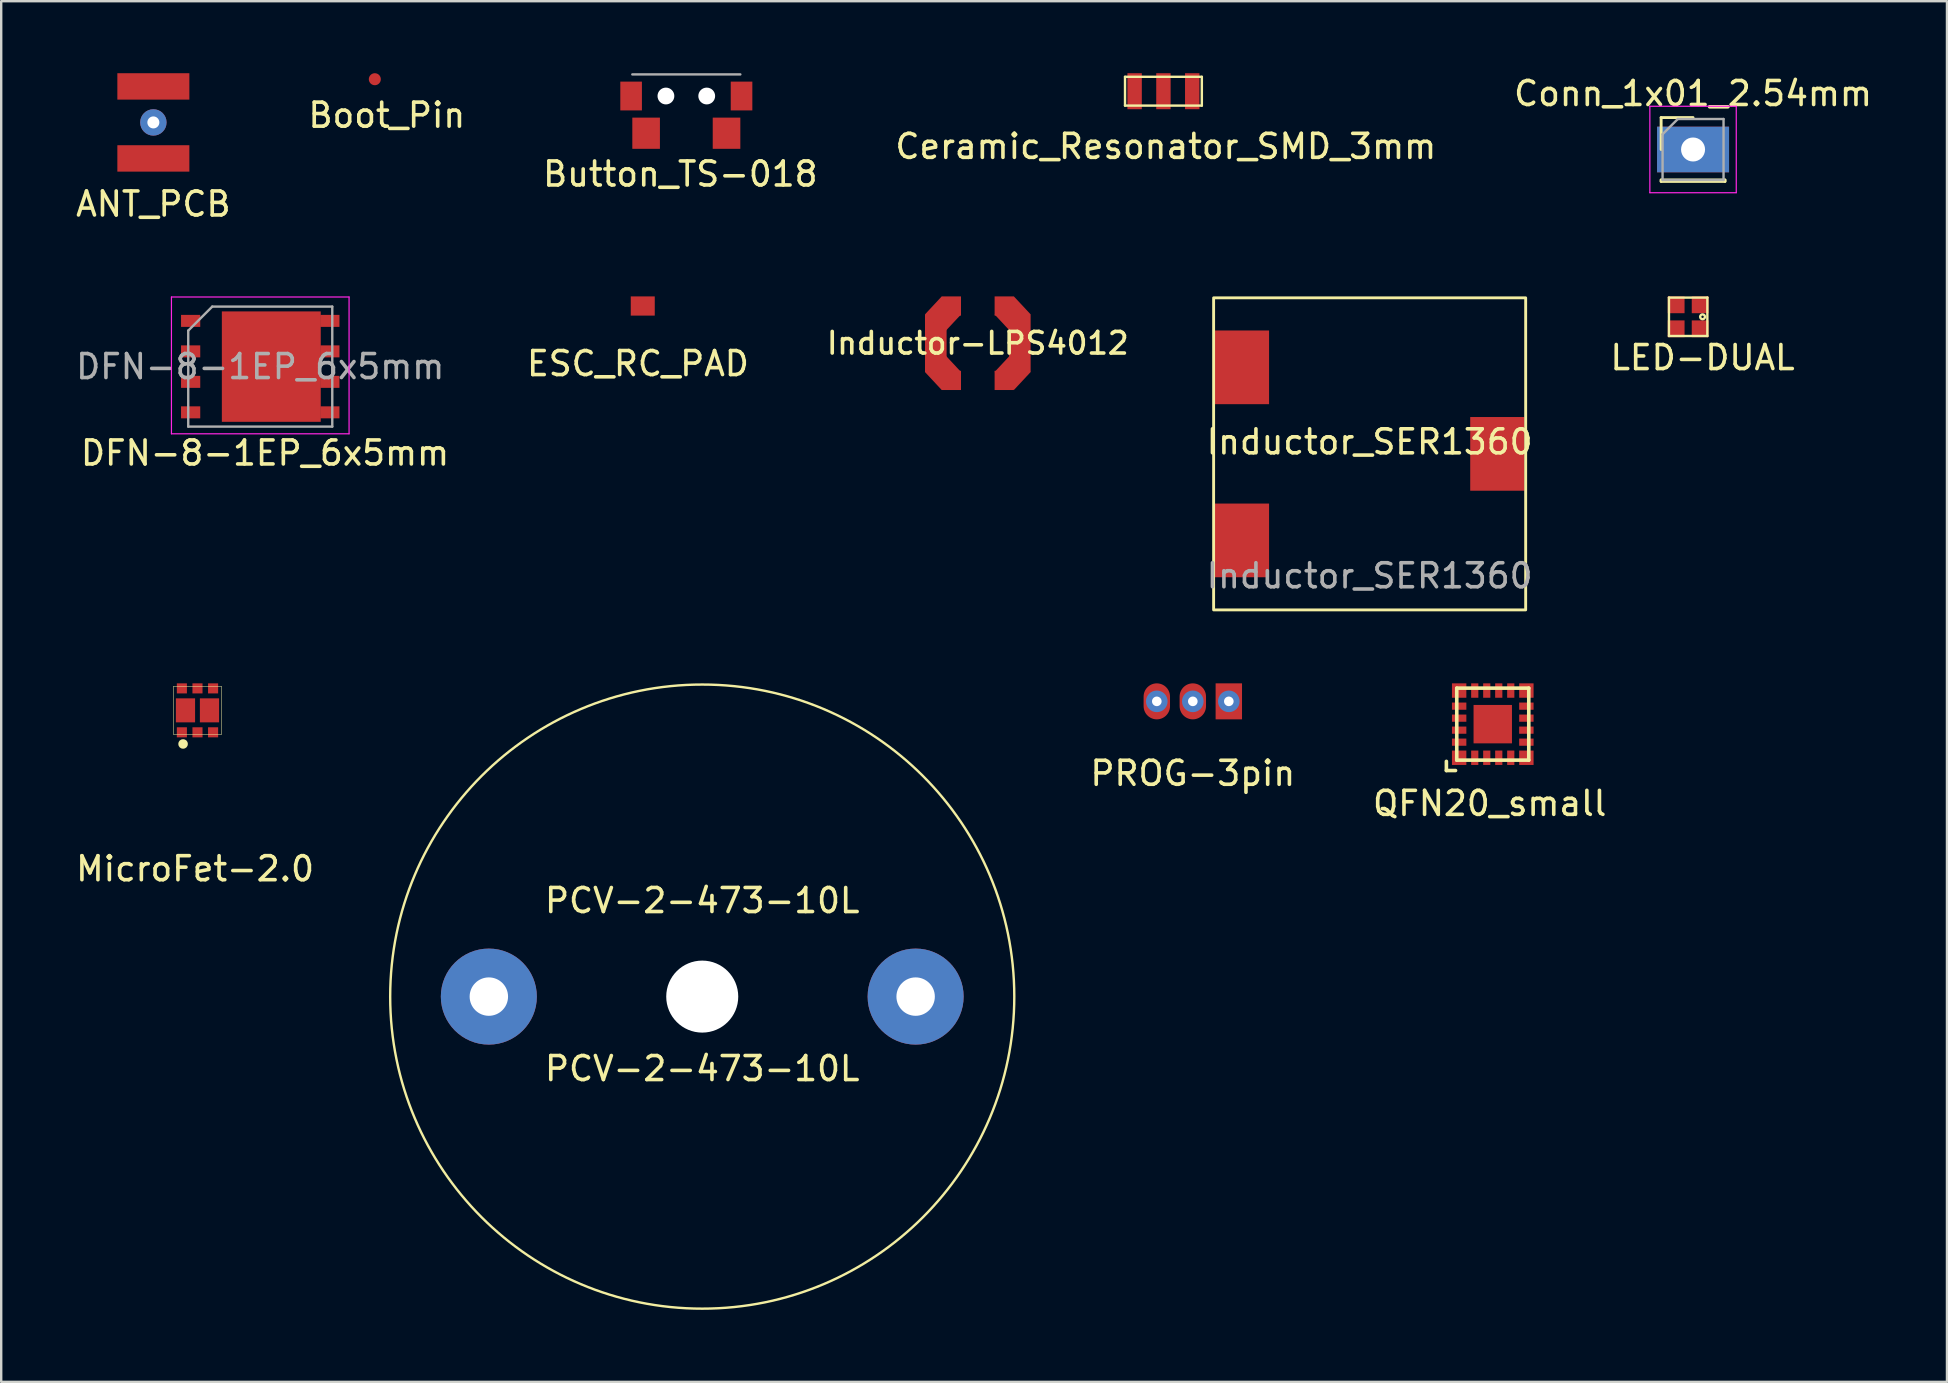
<source format=kicad_pcb>
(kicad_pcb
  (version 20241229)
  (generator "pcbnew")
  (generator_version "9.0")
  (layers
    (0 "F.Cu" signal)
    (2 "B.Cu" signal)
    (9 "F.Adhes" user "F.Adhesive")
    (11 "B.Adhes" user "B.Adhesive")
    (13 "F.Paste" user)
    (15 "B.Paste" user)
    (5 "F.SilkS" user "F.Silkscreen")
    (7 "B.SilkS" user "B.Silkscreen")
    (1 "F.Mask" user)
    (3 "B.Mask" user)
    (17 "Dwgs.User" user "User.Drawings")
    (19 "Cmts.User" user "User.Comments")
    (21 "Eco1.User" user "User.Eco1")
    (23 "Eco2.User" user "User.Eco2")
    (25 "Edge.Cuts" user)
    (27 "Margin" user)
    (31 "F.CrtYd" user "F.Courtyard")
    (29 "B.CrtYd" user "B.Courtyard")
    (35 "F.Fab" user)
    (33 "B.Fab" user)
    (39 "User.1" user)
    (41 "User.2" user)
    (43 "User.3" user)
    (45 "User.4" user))
  (footprint "Conn_1x01_2.54mm"
    (layer "F.Cu")
    (at 67.482 3.178)
    (property "Reference" "Conn_1x01_2.54mm" (at 0 -2.33 0) (layer "F.SilkS") (effects (font (size 1 1) (thickness 0.15))))
    (attr through_hole)
    (fp_line (start -1.33 -1.33) (end 0 -1.33) (stroke (width 0.12) (type solid)) (layer "F.SilkS"))
    (fp_line (start -1.33 0) (end -1.33 -1.33) (stroke (width 0.12) (type solid)) (layer "F.SilkS"))
    (fp_line (start -1.33 1.27) (end -1.33 1.33) (stroke (width 0.12) (type solid)) (layer "F.SilkS"))
    (fp_line (start -1.33 1.27) (end 1.33 1.27) (stroke (width 0.12) (type solid)) (layer "F.SilkS"))
    (fp_line (start -1.33 1.33) (end 1.33 1.33) (stroke (width 0.12) (type solid)) (layer "F.SilkS"))
    (fp_line (start 1.33 1.27) (end 1.33 1.33) (stroke (width 0.12) (type solid)) (layer "F.SilkS"))
    (fp_line (start -1.8 -1.8) (end -1.8 1.8) (stroke (width 0.05) (type solid)) (layer "F.CrtYd"))
    (fp_line (start -1.8 1.8) (end 1.8 1.8) (stroke (width 0.05) (type solid)) (layer "F.CrtYd"))
    (fp_line (start 1.8 -1.8) (end -1.8 -1.8) (stroke (width 0.05) (type solid)) (layer "F.CrtYd"))
    (fp_line (start 1.8 1.8) (end 1.8 -1.8) (stroke (width 0.05) (type solid)) (layer "F.CrtYd"))
    (fp_line (start -1.27 -0.635) (end -0.635 -1.27) (stroke (width 0.1) (type solid)) (layer "F.Fab"))
    (fp_line (start -1.27 1.27) (end -1.27 -0.635) (stroke (width 0.1) (type solid)) (layer "F.Fab"))
    (fp_line (start -0.635 -1.27) (end 1.27 -1.27) (stroke (width 0.1) (type solid)) (layer "F.Fab"))
    (fp_line (start 1.27 -1.27) (end 1.27 1.27) (stroke (width 0.1) (type solid)) (layer "F.Fab"))
    (fp_line (start 1.27 1.27) (end -1.27 1.27) (stroke (width 0.1) (type solid)) (layer "F.Fab"))
    (pad "1" thru_hole rect (at 0 0) (size 3 1.9) (drill 1) (layers "*.Cu" "*.Mask")))
  (footprint "LED-DUAL"
    (layer "F.Cu")
    (at 67.278 10.148)
    (property "Reference" "LED-DUAL" (at 0.6 1.7 0) (layer "F.SilkS") (effects (font (size 1 1) (thickness 0.15))))
    (attr through_hole)
    (fp_line (start -0.8 -0.8) (end 0.8 -0.8) (stroke (width 0.1) (type solid)) (layer "F.SilkS"))
    (fp_line (start -0.8 0.8) (end -0.8 -0.8) (stroke (width 0.1) (type solid)) (layer "F.SilkS"))
    (fp_line (start 0.8 -0.8) (end 0.8 0.8) (stroke (width 0.1) (type solid)) (layer "F.SilkS"))
    (fp_line (start 0.8 0.8) (end -0.8 0.8) (stroke (width 0.1) (type solid)) (layer "F.SilkS"))
    (fp_circle (center 0.6 0) (end 0.7 0) (stroke (width 0.1) (type solid)) (fill no) (layer "F.SilkS"))
    (pad "1" smd rect (at -0.5 -0.5) (size 0.7 0.7) (layers "F.Cu" "F.Mask" "F.Paste"))
    (pad "2" smd rect (at 0.5 -0.5) (size 0.7 0.7) (layers "F.Cu" "F.Mask" "F.Paste"))
    (pad "3" smd rect (at -0.5 0.5) (size 0.7 0.7) (layers "F.Cu" "F.Mask" "F.Paste"))
    (pad "4" smd rect (at 0.5 0.5) (size 0.7 0.7) (layers "F.Cu" "F.Mask" "F.Paste")))
  (footprint "Button_TS-018"
    (layer "F.Cu")
    (at 25.542 0.95)
    (property "Reference" "Button_TS-018" (at -0.25 3.25 0) (layer "F.SilkS") (effects (font (size 1 1) (thickness 0.15))))
    (attr through_hole)
    (fp_line (start -2.25 -0.9) (end 2.25 -0.9) (stroke (width 0.1) (type solid)) (layer "F.Fab"))
    (pad "" smd rect (at -2.3 0) (size 0.9 1.2) (layers "F.Cu" "F.Mask" "F.Paste"))
    (pad "" np_thru_hole circle (at -0.85 0) (size 0.7 0.7) (drill 0.7) (layers "*.Cu" "*.Mask"))
    (pad "" np_thru_hole circle (at 0.85 0) (size 0.7 0.7) (drill 0.7) (layers "*.Cu" "*.Mask"))
    (pad "" smd rect (at 2.3 0) (size 0.9 1.2) (layers "F.Cu" "F.Mask" "F.Paste"))
    (pad "1" smd rect (at -1.675 1.55) (size 1.15 1.3) (layers "F.Cu" "F.Mask" "F.Paste"))
    (pad "2" smd rect (at 1.675 1.55) (size 1.15 1.3) (layers "F.Cu" "F.Mask" "F.Paste")))
  (footprint "Inductor-LPS4012"
    (layer "F.Cu")
    (at 37.685 11.248)
    (property "Reference" "Inductor-LPS4012" (at 0 0 0) (layer "F.SilkS") (effects (font (size 0.9 0.9) (thickness 0.15))))
    (attr through_hole)
    (pad "1" smd rect (at -1.75 0) (size 0.9 2.4) (layers "F.Cu" "F.Mask" "F.Paste"))
    (pad "1" smd rect (at -1.45 -1.2 47) (size 1.02 1.1) (layers "F.Cu" "F.Mask" "F.Paste"))
    (pad "1" smd rect (at -1.45 1.2 313) (size 1.02 1.1) (layers "F.Cu" "F.Mask" "F.Paste"))
    (pad "1" smd rect (at -1.1 -1.55) (size 0.8 0.8) (layers "F.Cu" "F.Mask" "F.Paste"))
    (pad "1" smd rect (at -1.1 1.55) (size 0.8 0.8) (layers "F.Cu" "F.Mask" "F.Paste"))
    (pad "2" smd rect (at 1.1 -1.55) (size 0.8 0.8) (layers "F.Cu" "F.Mask" "F.Paste"))
    (pad "2" smd rect (at 1.1 1.55) (size 0.8 0.8) (layers "F.Cu" "F.Mask" "F.Paste"))
    (pad "2" smd rect (at 1.45 -1.2 313) (size 1.02 1.1) (layers "F.Cu" "F.Mask" "F.Paste"))
    (pad "2" smd rect (at 1.45 1.2 47) (size 1.02 1.1) (layers "F.Cu" "F.Mask" "F.Paste"))
    (pad "2" smd rect (at 1.75 0) (size 0.9 2.4) (layers "F.Cu" "F.Mask" "F.Paste")))
  (footprint "Boot_Pin"
    (layer "F.Cu")
    (at 12.565 0.25)
    (property "Reference" "Boot_Pin" (at 0.5 1.5 0) (layer "F.SilkS") (effects (font (size 1 1) (thickness 0.15))))
    (attr through_hole)
    (pad "1" smd circle (at 0 0) (size 0.5 0.5) (layers "F.Cu" "F.Mask" "F.Paste")))
  (footprint "Ceramic_Resonator_SMD_3mm"
    (layer "F.Cu")
    (at 45.418 0.75)
    (property "Reference" "Ceramic_Resonator_SMD_3mm" (at 0.1 2.3 0) (layer "F.SilkS") (effects (font (size 1 1) (thickness 0.15))))
    (attr through_hole)
    (fp_line (start -1.6 -0.6) (end 1.6 -0.6) (stroke (width 0.1) (type solid)) (layer "F.SilkS"))
    (fp_line (start -1.6 0.6) (end -1.6 -0.6) (stroke (width 0.1) (type solid)) (layer "F.SilkS"))
    (fp_line (start 1.6 -0.6) (end 1.6 0.6) (stroke (width 0.1) (type solid)) (layer "F.SilkS"))
    (fp_line (start 1.6 0.6) (end -1.6 0.6) (stroke (width 0.1) (type solid)) (layer "F.SilkS"))
    (pad "1" smd rect (at -1.2 0) (size 0.6 1.5) (layers "F.Cu" "F.Mask" "F.Paste"))
    (pad "2" smd rect (at 0 0) (size 0.6 1.5) (layers "F.Cu" "F.Mask" "F.Paste"))
    (pad "3" smd rect (at 1.2 0) (size 0.6 1.5) (layers "F.Cu" "F.Mask" "F.Paste")))
  (footprint "Inductor_SER1360"
    (layer "F.Cu")
    (at 54.009 15.858)
    (property "Reference" "Inductor_SER1360" (at 0 -0.5 0) (unlocked yes) (layer "F.SilkS") (effects (font (size 1 1) (thickness 0.15))))
    (attr smd)
    (fp_rect (start -6.5 -6.5) (end 6.5 6.5) (stroke (width 0.12) (type solid)) (fill no) (layer "F.SilkS"))
    (fp_text user "${REFERENCE}" (at 0 5.08 0) (unlocked yes) (layer "F.Fab") (effects (font (size 1 1) (thickness 0.15))))
    (pad "1" smd rect (at -5.32 -3.605) (size 2.26 3.07) (layers "F.Cu" "F.Mask" "F.Paste"))
    (pad "2" smd rect (at -5.32 3.605 180) (size 2.26 3.07) (layers "F.Cu" "F.Mask" "F.Paste"))
    (pad "3" smd rect (at 5.32 0 180) (size 2.26 3.07) (layers "F.Cu" "F.Mask" "F.Paste")))
  (footprint "MicroFet-2.0"
    (layer "F.Cu")
    (at 5.177 26.543)
    (property "Reference" "MicroFet-2.0" (at -0.1 6.6 0) (layer "F.SilkS") (effects (font (size 1 1) (thickness 0.15))))
    (attr through_hole)
    (fp_line (start -1 -1) (end 1 -1) (stroke (width 0.02) (type solid)) (layer "F.SilkS"))
    (fp_line (start -1 1) (end -1 -1) (stroke (width 0.02) (type solid)) (layer "F.SilkS"))
    (fp_line (start 1 -1) (end 1 1) (stroke (width 0.02) (type solid)) (layer "F.SilkS"))
    (fp_line (start 1 1) (end -1 1) (stroke (width 0.02) (type solid)) (layer "F.SilkS"))
    (fp_circle (center -0.6 1.4) (end -0.5 1.4) (stroke (width 0.2) (type solid)) (fill no) (layer "F.SilkS"))
    (pad "1" smd rect (at -0.65 0.915) (size 0.42 0.42) (layers "F.Cu" "F.Mask" "F.Paste"))
    (pad "2" smd rect (at 0 0.915) (size 0.42 0.42) (layers "F.Cu" "F.Mask" "F.Paste"))
    (pad "3" smd rect (at 0.5 0) (size 0.8 1) (layers "F.Cu" "F.Mask" "F.Paste"))
    (pad "3" smd rect (at 0.65 0.915) (size 0.42 0.42) (layers "F.Cu" "F.Mask" "F.Paste"))
    (pad "4" smd rect (at 0.65 -0.915) (size 0.42 0.42) (layers "F.Cu" "F.Mask" "F.Paste"))
    (pad "5" smd rect (at 0 -0.915) (size 0.42 0.42) (layers "F.Cu" "F.Mask" "F.Paste"))
    (pad "6" smd rect (at -0.65 -0.915) (size 0.42 0.42) (layers "F.Cu" "F.Mask" "F.Paste"))
    (pad "6" smd rect (at -0.5 0) (size 0.8 1) (layers "F.Cu" "F.Mask" "F.Paste")))
  (footprint "ESC_RC_PAD"
    (layer "F.Cu")
    (at 23.727 9.698)
    (property "Reference" "ESC_RC_PAD" (at -0.2 2.4 0) (layer "F.SilkS") (effects (font (size 1 1) (thickness 0.15))))
    (attr through_hole)
    (pad "1" smd rect (at 0 0) (size 1 0.8) (layers "F.Cu" "F.Mask" "F.Paste")))
  (footprint "ANT_PCB"
    (layer "F.Cu")
    (at 3.339 2.05)
    (property "Reference" "ANT_PCB" (at 0 3.4 0) (layer "F.SilkS") (effects (font (size 1 1) (thickness 0.15))))
    (attr through_hole)
    (pad "1" thru_hole circle (at 0 0) (size 1.1 1.1) (drill 0.5) (layers "*.Cu" "*.Mask"))
    (pad "2" smd rect (at 0 -1.5) (size 3 1.1) (layers "F.Cu" "F.Mask" "F.Paste"))
    (pad "2" smd rect (at 0 1.5) (size 3 1.1) (layers "F.Cu" "F.Mask" "F.Paste")))
  (footprint "DFN-8-1EP_6x5mm"
    (layer "F.Cu")
    (at 7.792 12.223)
    (property "Reference" "DFN-8-1EP_6x5mm" (at 0.2 3.6 0) (layer "F.SilkS") (effects (font (size 1 1) (thickness 0.15))))
    (attr smd)
    (fp_line (start -3.7 -2.9) (end 3.7 -2.9) (stroke (width 0.05) (type solid)) (layer "F.CrtYd"))
    (fp_line (start -3.7 2.8) (end -3.7 -2.9) (stroke (width 0.05) (type solid)) (layer "F.CrtYd"))
    (fp_line (start 3.7 -2.9) (end 3.7 2.8) (stroke (width 0.05) (type solid)) (layer "F.CrtYd"))
    (fp_line (start 3.7 2.8) (end -3.7 2.8) (stroke (width 0.05) (type solid)) (layer "F.CrtYd"))
    (fp_line (start -3 2.5) (end -3 -1.5) (stroke (width 0.1) (type solid)) (layer "F.Fab"))
    (fp_line (start -2 -2.5) (end -3 -1.5) (stroke (width 0.1) (type solid)) (layer "F.Fab"))
    (fp_line (start -2 -2.5) (end 3 -2.5) (stroke (width 0.1) (type solid)) (layer "F.Fab"))
    (fp_line (start 3 -2.5) (end 3 2.5) (stroke (width 0.1) (type solid)) (layer "F.Fab"))
    (fp_line (start 3 2.5) (end -3 2.5) (stroke (width 0.1) (type solid)) (layer "F.Fab"))
    (fp_text user "${REFERENCE}" (at 0 0 0) (layer "F.Fab") (effects (font (size 1 1) (thickness 0.15))))
    (pad "1" smd rect (at -2.9 1.905 270) (size 0.5 0.8) (layers "F.Cu" "F.Mask" "F.Paste"))
    (pad "2" smd rect (at 0.46 0 270) (size 4.6 4.12) (layers "F.Cu" "F.Mask" "F.Paste"))
    (pad "2" smd rect (at 2.9 -1.905 270) (size 0.5 0.8) (layers "F.Cu" "F.Mask" "F.Paste"))
    (pad "2" smd rect (at 2.9 -0.635 270) (size 0.5 0.8) (layers "F.Cu" "F.Mask" "F.Paste"))
    (pad "2" smd rect (at 2.9 0.635 270) (size 0.5 0.8) (layers "F.Cu" "F.Mask" "F.Paste"))
    (pad "2" smd rect (at 2.9 1.905 270) (size 0.5 0.8) (layers "F.Cu" "F.Mask" "F.Paste"))
    (pad "3" smd rect (at -2.9 -1.905 270) (size 0.5 0.8) (layers "F.Cu" "F.Mask" "F.Paste"))
    (pad "3" smd rect (at -2.9 -0.635 270) (size 0.5 0.8) (layers "F.Cu" "F.Mask" "F.Paste"))
    (pad "3" smd rect (at -2.9 0.635 270) (size 0.5 0.8) (layers "F.Cu" "F.Mask" "F.Paste")))
  (footprint "QFN20_small"
    (layer "F.Cu")
    (at 59.138 27.118)
    (property "Reference" "QFN20_small" (at -0.127 3.302 0) (layer "F.SilkS") (effects (font (size 1 1) (thickness 0.15))))
    (attr through_hole)
    (fp_line (start -1.932 1.932) (end -1.932 1.551) (stroke (width 0.15) (type solid)) (layer "F.SilkS"))
    (fp_line (start -1.551 1.932) (end -1.932 1.932) (stroke (width 0.15) (type solid)) (layer "F.SilkS"))
    (fp_line (start -1.5 -1.5) (end -1.5 1.5) (stroke (width 0.15) (type solid)) (layer "F.SilkS"))
    (fp_line (start -1.5 1.5) (end 1.5 1.5) (stroke (width 0.15) (type solid)) (layer "F.SilkS"))
    (fp_line (start 1.5 -1.5) (end -1.5 -1.5) (stroke (width 0.15) (type solid)) (layer "F.SilkS"))
    (fp_line (start 1.5 1.5) (end 1.5 -1.5) (stroke (width 0.15) (type solid)) (layer "F.SilkS"))
    (pad "1" smd rect (at -1.4 1.4) (size 0.6 0.6) (layers "F.Cu" "F.Mask" "F.Paste"))
    (pad "2" smd rect (at -0.75 1.4) (size 0.3 0.6) (layers "F.Cu" "F.Mask" "F.Paste"))
    (pad "3" smd rect (at -0.25 1.4) (size 0.3 0.6) (layers "F.Cu" "F.Mask" "F.Paste"))
    (pad "4" smd rect (at 0.25 1.4) (size 0.3 0.6) (layers "F.Cu" "F.Mask" "F.Paste"))
    (pad "5" smd rect (at 0.75 1.4) (size 0.3 0.6) (layers "F.Cu" "F.Mask" "F.Paste"))
    (pad "6" smd rect (at 1.4 1.4) (size 0.6 0.6) (layers "F.Cu" "F.Mask" "F.Paste"))
    (pad "7" smd rect (at 1.4 0.75 90) (size 0.3 0.6) (layers "F.Cu" "F.Mask" "F.Paste"))
    (pad "8" smd rect (at 1.4 0.25 90) (size 0.3 0.6) (layers "F.Cu" "F.Mask" "F.Paste"))
    (pad "9" smd rect (at 1.4 -0.25 90) (size 0.3 0.6) (layers "F.Cu" "F.Mask" "F.Paste"))
    (pad "10" smd rect (at 1.4 -0.75 90) (size 0.3 0.6) (layers "F.Cu" "F.Mask" "F.Paste"))
    (pad "11" smd rect (at 1.4 -1.4) (size 0.6 0.6) (layers "F.Cu" "F.Mask" "F.Paste"))
    (pad "12" smd rect (at 0.75 -1.4) (size 0.3 0.6) (layers "F.Cu" "F.Mask" "F.Paste"))
    (pad "13" smd rect (at 0.25 -1.4) (size 0.3 0.6) (layers "F.Cu" "F.Mask" "F.Paste"))
    (pad "14" smd rect (at -0.25 -1.4) (size 0.3 0.6) (layers "F.Cu" "F.Mask" "F.Paste"))
    (pad "15" smd rect (at -0.75 -1.4) (size 0.3 0.6) (layers "F.Cu" "F.Mask" "F.Paste"))
    (pad "16" smd rect (at -1.4 -1.4) (size 0.6 0.6) (layers "F.Cu" "F.Mask" "F.Paste"))
    (pad "17" smd rect (at -1.4 -0.75 90) (size 0.3 0.6) (layers "F.Cu" "F.Mask" "F.Paste"))
    (pad "18" smd rect (at -1.4 -0.25 90) (size 0.3 0.6) (layers "F.Cu" "F.Mask" "F.Paste"))
    (pad "19" smd rect (at -1.4 0.25 90) (size 0.3 0.6) (layers "F.Cu" "F.Mask" "F.Paste"))
    (pad "20" smd rect (at -1.4 0.75 90) (size 0.3 0.6) (layers "F.Cu" "F.Mask" "F.Paste"))
    (pad "21" smd rect (at 0 0) (size 1.6 1.6) (layers "F.Cu" "F.Mask" "F.Paste")))
  (footprint "PROG-3pin"
    (layer "F.Cu")
    (at 46.642 26.168)
    (property "Reference" "PROG-3pin" (at 0 3 0) (layer "F.SilkS") (effects (font (size 1 1) (thickness 0.15))))
    (attr through_hole)
    (pad "1" thru_hole circle (at 1.5 0) (size 0.9 0.9) (drill 0.4) (layers "B.Cu"))
    (pad "1" smd rect (at 1.5 0) (size 1.1 1.5) (layers "F.Cu" "F.Mask" "F.Paste"))
    (pad "2" thru_hole circle (at 0 0) (size 0.9 0.9) (drill 0.4) (layers "B.Cu"))
    (pad "2" smd oval (at 0 0) (size 1.1 1.5) (layers "F.Cu" "F.Mask" "F.Paste"))
    (pad "3" thru_hole circle (at -1.5 0) (size 0.9 0.9) (drill 0.4) (layers "B.Cu"))
    (pad "3" smd oval (at -1.5 0) (size 1.1 1.5) (layers "F.Cu" "F.Mask" "F.Paste")))
  (footprint "PCV-2-473-10L"
    (layer "F.Cu")
    (at 26.205 38.468)
    (property "Reference" "PCV-2-473-10L" (at 0 3 180) (layer "F.SilkS") (effects (font (size 1 1) (thickness 0.15))))
    (attr through_hole)
    (fp_circle (center 0 0) (end -13 0) (stroke (width 0.1) (type solid)) (fill no) (layer "F.SilkS"))
    (fp_text user "PCV-2-473-10L" (at 0 -4 0) (layer "F.SilkS") (effects (font (size 1 1) (thickness 0.15))))
    (pad "" np_thru_hole circle (at 0 0) (size 3 3) (drill 3) (layers "*.Cu" "*.Mask"))
    (pad "1" thru_hole circle (at -8.89 0) (size 4 4) (drill 1.6) (layers "*.Cu" "*.Mask"))
    (pad "1" thru_hole circle (at 8.89 0) (size 4 4) (drill 1.6) (layers "*.Cu" "*.Mask")))
  (gr_rect
    (start -3 -3)
    (end 78.06 54.518)
    (stroke (width 0.1) (type default))
    (fill no)
    (layer "Edge.Cuts")))
</source>
